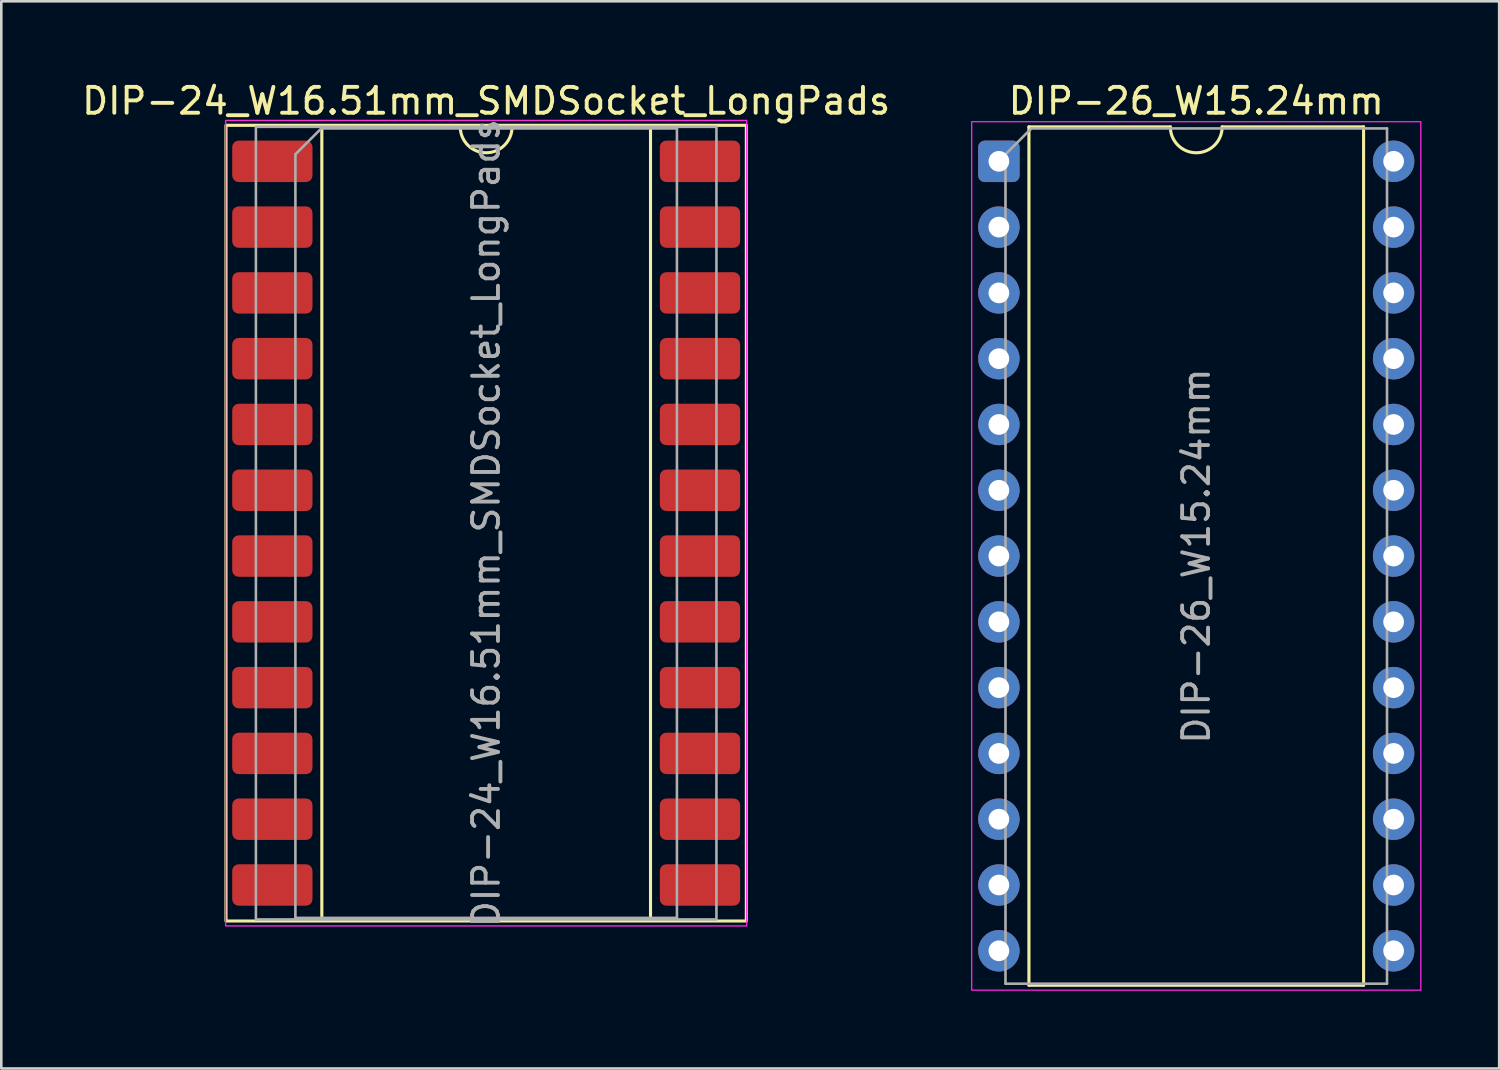
<source format=kicad_pcb>
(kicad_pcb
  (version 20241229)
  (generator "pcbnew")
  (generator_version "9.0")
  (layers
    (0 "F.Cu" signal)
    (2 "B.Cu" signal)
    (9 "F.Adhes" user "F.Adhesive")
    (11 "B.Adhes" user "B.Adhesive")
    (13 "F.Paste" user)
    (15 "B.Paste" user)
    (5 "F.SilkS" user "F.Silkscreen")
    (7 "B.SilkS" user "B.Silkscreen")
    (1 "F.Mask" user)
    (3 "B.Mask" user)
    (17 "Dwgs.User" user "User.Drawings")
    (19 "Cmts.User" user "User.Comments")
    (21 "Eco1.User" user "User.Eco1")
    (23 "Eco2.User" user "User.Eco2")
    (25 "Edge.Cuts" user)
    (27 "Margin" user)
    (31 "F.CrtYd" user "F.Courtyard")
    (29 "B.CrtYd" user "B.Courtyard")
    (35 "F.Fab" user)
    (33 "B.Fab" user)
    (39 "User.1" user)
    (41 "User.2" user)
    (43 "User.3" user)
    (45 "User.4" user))
  (footprint "DIP-24_W16.51mm_SMDSocket_LongPads"
    (layer "F.Cu")
    (at 15.72 17.148)
    (property "Reference" "DIP-24_W16.51mm_SMDSocket_LongPads" (at 0 -16.3 0) (layer "F.SilkS") (effects (font (size 1 1) (thickness 0.15))))
    (attr smd)
    (fp_line (start -6.345 -15.3) (end -6.345 15.3) (stroke (width 0.12) (type solid)) (layer "F.SilkS"))
    (fp_line (start -6.345 15.3) (end 6.345 15.3) (stroke (width 0.12) (type solid)) (layer "F.SilkS"))
    (fp_line (start -1 -15.3) (end -6.345 -15.3) (stroke (width 0.12) (type solid)) (layer "F.SilkS"))
    (fp_line (start 6.345 -15.3) (end 1 -15.3) (stroke (width 0.12) (type solid)) (layer "F.SilkS"))
    (fp_line (start 6.345 15.3) (end 6.345 -15.3) (stroke (width 0.12) (type solid)) (layer "F.SilkS"))
    (fp_rect (start -10.045 -15.36) (end 10.045 15.36) (stroke (width 0.12) (type solid)) (fill no) (layer "F.SilkS"))
    (fp_arc (start 1 -15.3) (mid 0 -14.3) (end -1 -15.3) (stroke (width 0.12) (type solid)) (layer "F.SilkS"))
    (fp_rect (start -10.06 -15.55) (end 10.06 15.55) (stroke (width 0.05) (type solid)) (fill no) (layer "F.CrtYd"))
    (fp_line (start -7.365 -14.24) (end -6.365 -15.24) (stroke (width 0.1) (type solid)) (layer "F.Fab"))
    (fp_line (start -7.365 15.24) (end -7.365 -14.24) (stroke (width 0.1) (type solid)) (layer "F.Fab"))
    (fp_line (start -6.365 -15.24) (end 7.365 -15.24) (stroke (width 0.1) (type solid)) (layer "F.Fab"))
    (fp_line (start 7.365 -15.24) (end 7.365 15.24) (stroke (width 0.1) (type solid)) (layer "F.Fab"))
    (fp_line (start 7.365 15.24) (end -7.365 15.24) (stroke (width 0.1) (type solid)) (layer "F.Fab"))
    (fp_rect (start -8.89 -15.3) (end 8.89 15.3) (stroke (width 0.1) (type solid)) (fill no) (layer "F.Fab"))
    (fp_text user "${REFERENCE}" (at 0 0 90) (layer "F.Fab") (effects (font (size 1 1) (thickness 0.15))))
    (pad "1" smd roundrect (at -8.255 -13.97) (size 3.1 1.6) (layers "F.Cu" "F.Mask" "F.Paste") (roundrect_rratio 0.156))
    (pad "2" smd roundrect (at -8.255 -11.43) (size 3.1 1.6) (layers "F.Cu" "F.Mask" "F.Paste") (roundrect_rratio 0.156))
    (pad "3" smd roundrect (at -8.255 -8.89) (size 3.1 1.6) (layers "F.Cu" "F.Mask" "F.Paste") (roundrect_rratio 0.156))
    (pad "4" smd roundrect (at -8.255 -6.35) (size 3.1 1.6) (layers "F.Cu" "F.Mask" "F.Paste") (roundrect_rratio 0.156))
    (pad "5" smd roundrect (at -8.255 -3.81) (size 3.1 1.6) (layers "F.Cu" "F.Mask" "F.Paste") (roundrect_rratio 0.156))
    (pad "6" smd roundrect (at -8.255 -1.27) (size 3.1 1.6) (layers "F.Cu" "F.Mask" "F.Paste") (roundrect_rratio 0.156))
    (pad "7" smd roundrect (at -8.255 1.27) (size 3.1 1.6) (layers "F.Cu" "F.Mask" "F.Paste") (roundrect_rratio 0.156))
    (pad "8" smd roundrect (at -8.255 3.81) (size 3.1 1.6) (layers "F.Cu" "F.Mask" "F.Paste") (roundrect_rratio 0.156))
    (pad "9" smd roundrect (at -8.255 6.35) (size 3.1 1.6) (layers "F.Cu" "F.Mask" "F.Paste") (roundrect_rratio 0.156))
    (pad "10" smd roundrect (at -8.255 8.89) (size 3.1 1.6) (layers "F.Cu" "F.Mask" "F.Paste") (roundrect_rratio 0.156))
    (pad "11" smd roundrect (at -8.255 11.43) (size 3.1 1.6) (layers "F.Cu" "F.Mask" "F.Paste") (roundrect_rratio 0.156))
    (pad "12" smd roundrect (at -8.255 13.97) (size 3.1 1.6) (layers "F.Cu" "F.Mask" "F.Paste") (roundrect_rratio 0.156))
    (pad "13" smd roundrect (at 8.255 13.97) (size 3.1 1.6) (layers "F.Cu" "F.Mask" "F.Paste") (roundrect_rratio 0.156))
    (pad "14" smd roundrect (at 8.255 11.43) (size 3.1 1.6) (layers "F.Cu" "F.Mask" "F.Paste") (roundrect_rratio 0.156))
    (pad "15" smd roundrect (at 8.255 8.89) (size 3.1 1.6) (layers "F.Cu" "F.Mask" "F.Paste") (roundrect_rratio 0.156))
    (pad "16" smd roundrect (at 8.255 6.35) (size 3.1 1.6) (layers "F.Cu" "F.Mask" "F.Paste") (roundrect_rratio 0.156))
    (pad "17" smd roundrect (at 8.255 3.81) (size 3.1 1.6) (layers "F.Cu" "F.Mask" "F.Paste") (roundrect_rratio 0.156))
    (pad "18" smd roundrect (at 8.255 1.27) (size 3.1 1.6) (layers "F.Cu" "F.Mask" "F.Paste") (roundrect_rratio 0.156))
    (pad "19" smd roundrect (at 8.255 -1.27) (size 3.1 1.6) (layers "F.Cu" "F.Mask" "F.Paste") (roundrect_rratio 0.156))
    (pad "20" smd roundrect (at 8.255 -3.81) (size 3.1 1.6) (layers "F.Cu" "F.Mask" "F.Paste") (roundrect_rratio 0.156))
    (pad "21" smd roundrect (at 8.255 -6.35) (size 3.1 1.6) (layers "F.Cu" "F.Mask" "F.Paste") (roundrect_rratio 0.156))
    (pad "22" smd roundrect (at 8.255 -8.89) (size 3.1 1.6) (layers "F.Cu" "F.Mask" "F.Paste") (roundrect_rratio 0.156))
    (pad "23" smd roundrect (at 8.255 -11.43) (size 3.1 1.6) (layers "F.Cu" "F.Mask" "F.Paste") (roundrect_rratio 0.156))
    (pad "24" smd roundrect (at 8.255 -13.97) (size 3.1 1.6) (layers "F.Cu" "F.Mask" "F.Paste") (roundrect_rratio 0.156)))
  (footprint "DIP-26_W15.24mm"
    (layer "F.Cu")
    (at 35.515 3.178)
    (property "Reference" "DIP-26_W15.24mm" (at 7.62 -2.33 0) (layer "F.SilkS") (effects (font (size 1 1) (thickness 0.15))))
    (attr through_hole)
    (fp_line (start 1.16 -1.33) (end 1.16 31.81) (stroke (width 0.12) (type solid)) (layer "F.SilkS"))
    (fp_line (start 1.16 31.81) (end 14.08 31.81) (stroke (width 0.12) (type solid)) (layer "F.SilkS"))
    (fp_line (start 6.62 -1.33) (end 1.16 -1.33) (stroke (width 0.12) (type solid)) (layer "F.SilkS"))
    (fp_line (start 14.08 -1.33) (end 8.62 -1.33) (stroke (width 0.12) (type solid)) (layer "F.SilkS"))
    (fp_line (start 14.08 31.81) (end 14.08 -1.33) (stroke (width 0.12) (type solid)) (layer "F.SilkS"))
    (fp_arc (start 8.62 -1.33) (mid 7.62 -0.33) (end 6.62 -1.33) (stroke (width 0.12) (type solid)) (layer "F.SilkS"))
    (fp_rect (start -1.05 -1.53) (end 16.29 32) (stroke (width 0.05) (type solid)) (fill no) (layer "F.CrtYd"))
    (fp_line (start 0.255 -0.27) (end 1.255 -1.27) (stroke (width 0.1) (type solid)) (layer "F.Fab"))
    (fp_line (start 0.255 31.75) (end 0.255 -0.27) (stroke (width 0.1) (type solid)) (layer "F.Fab"))
    (fp_line (start 1.255 -1.27) (end 14.985 -1.27) (stroke (width 0.1) (type solid)) (layer "F.Fab"))
    (fp_line (start 14.985 -1.27) (end 14.985 31.75) (stroke (width 0.1) (type solid)) (layer "F.Fab"))
    (fp_line (start 14.985 31.75) (end 0.255 31.75) (stroke (width 0.1) (type solid)) (layer "F.Fab"))
    (fp_text user "${REFERENCE}" (at 7.62 15.24 90) (layer "F.Fab") (effects (font (size 1 1) (thickness 0.15))))
    (pad "1" thru_hole roundrect (at 0 0) (size 1.6 1.6) (drill 0.8) (layers "*.Cu" "*.Mask") (roundrect_rratio 0.156))
    (pad "2" thru_hole circle (at 0 2.54) (size 1.6 1.6) (drill 0.8) (layers "*.Cu" "*.Mask"))
    (pad "3" thru_hole circle (at 0 5.08) (size 1.6 1.6) (drill 0.8) (layers "*.Cu" "*.Mask"))
    (pad "4" thru_hole circle (at 0 7.62) (size 1.6 1.6) (drill 0.8) (layers "*.Cu" "*.Mask"))
    (pad "5" thru_hole circle (at 0 10.16) (size 1.6 1.6) (drill 0.8) (layers "*.Cu" "*.Mask"))
    (pad "6" thru_hole circle (at 0 12.7) (size 1.6 1.6) (drill 0.8) (layers "*.Cu" "*.Mask"))
    (pad "7" thru_hole circle (at 0 15.24) (size 1.6 1.6) (drill 0.8) (layers "*.Cu" "*.Mask"))
    (pad "8" thru_hole circle (at 0 17.78) (size 1.6 1.6) (drill 0.8) (layers "*.Cu" "*.Mask"))
    (pad "9" thru_hole circle (at 0 20.32) (size 1.6 1.6) (drill 0.8) (layers "*.Cu" "*.Mask"))
    (pad "10" thru_hole circle (at 0 22.86) (size 1.6 1.6) (drill 0.8) (layers "*.Cu" "*.Mask"))
    (pad "11" thru_hole circle (at 0 25.4) (size 1.6 1.6) (drill 0.8) (layers "*.Cu" "*.Mask"))
    (pad "12" thru_hole circle (at 0 27.94) (size 1.6 1.6) (drill 0.8) (layers "*.Cu" "*.Mask"))
    (pad "13" thru_hole circle (at 0 30.48) (size 1.6 1.6) (drill 0.8) (layers "*.Cu" "*.Mask"))
    (pad "14" thru_hole circle (at 15.24 30.48) (size 1.6 1.6) (drill 0.8) (layers "*.Cu" "*.Mask"))
    (pad "15" thru_hole circle (at 15.24 27.94) (size 1.6 1.6) (drill 0.8) (layers "*.Cu" "*.Mask"))
    (pad "16" thru_hole circle (at 15.24 25.4) (size 1.6 1.6) (drill 0.8) (layers "*.Cu" "*.Mask"))
    (pad "17" thru_hole circle (at 15.24 22.86) (size 1.6 1.6) (drill 0.8) (layers "*.Cu" "*.Mask"))
    (pad "18" thru_hole circle (at 15.24 20.32) (size 1.6 1.6) (drill 0.8) (layers "*.Cu" "*.Mask"))
    (pad "19" thru_hole circle (at 15.24 17.78) (size 1.6 1.6) (drill 0.8) (layers "*.Cu" "*.Mask"))
    (pad "20" thru_hole circle (at 15.24 15.24) (size 1.6 1.6) (drill 0.8) (layers "*.Cu" "*.Mask"))
    (pad "21" thru_hole circle (at 15.24 12.7) (size 1.6 1.6) (drill 0.8) (layers "*.Cu" "*.Mask"))
    (pad "22" thru_hole circle (at 15.24 10.16) (size 1.6 1.6) (drill 0.8) (layers "*.Cu" "*.Mask"))
    (pad "23" thru_hole circle (at 15.24 7.62) (size 1.6 1.6) (drill 0.8) (layers "*.Cu" "*.Mask"))
    (pad "24" thru_hole circle (at 15.24 5.08) (size 1.6 1.6) (drill 0.8) (layers "*.Cu" "*.Mask"))
    (pad "25" thru_hole circle (at 15.24 2.54) (size 1.6 1.6) (drill 0.8) (layers "*.Cu" "*.Mask"))
    (pad "26" thru_hole circle (at 15.24 0) (size 1.6 1.6) (drill 0.8) (layers "*.Cu" "*.Mask")))
  (gr_rect
    (start -3 -3)
    (end 54.83 38.203)
    (stroke (width 0.1) (type default))
    (fill no)
    (layer "Edge.Cuts")))
</source>
